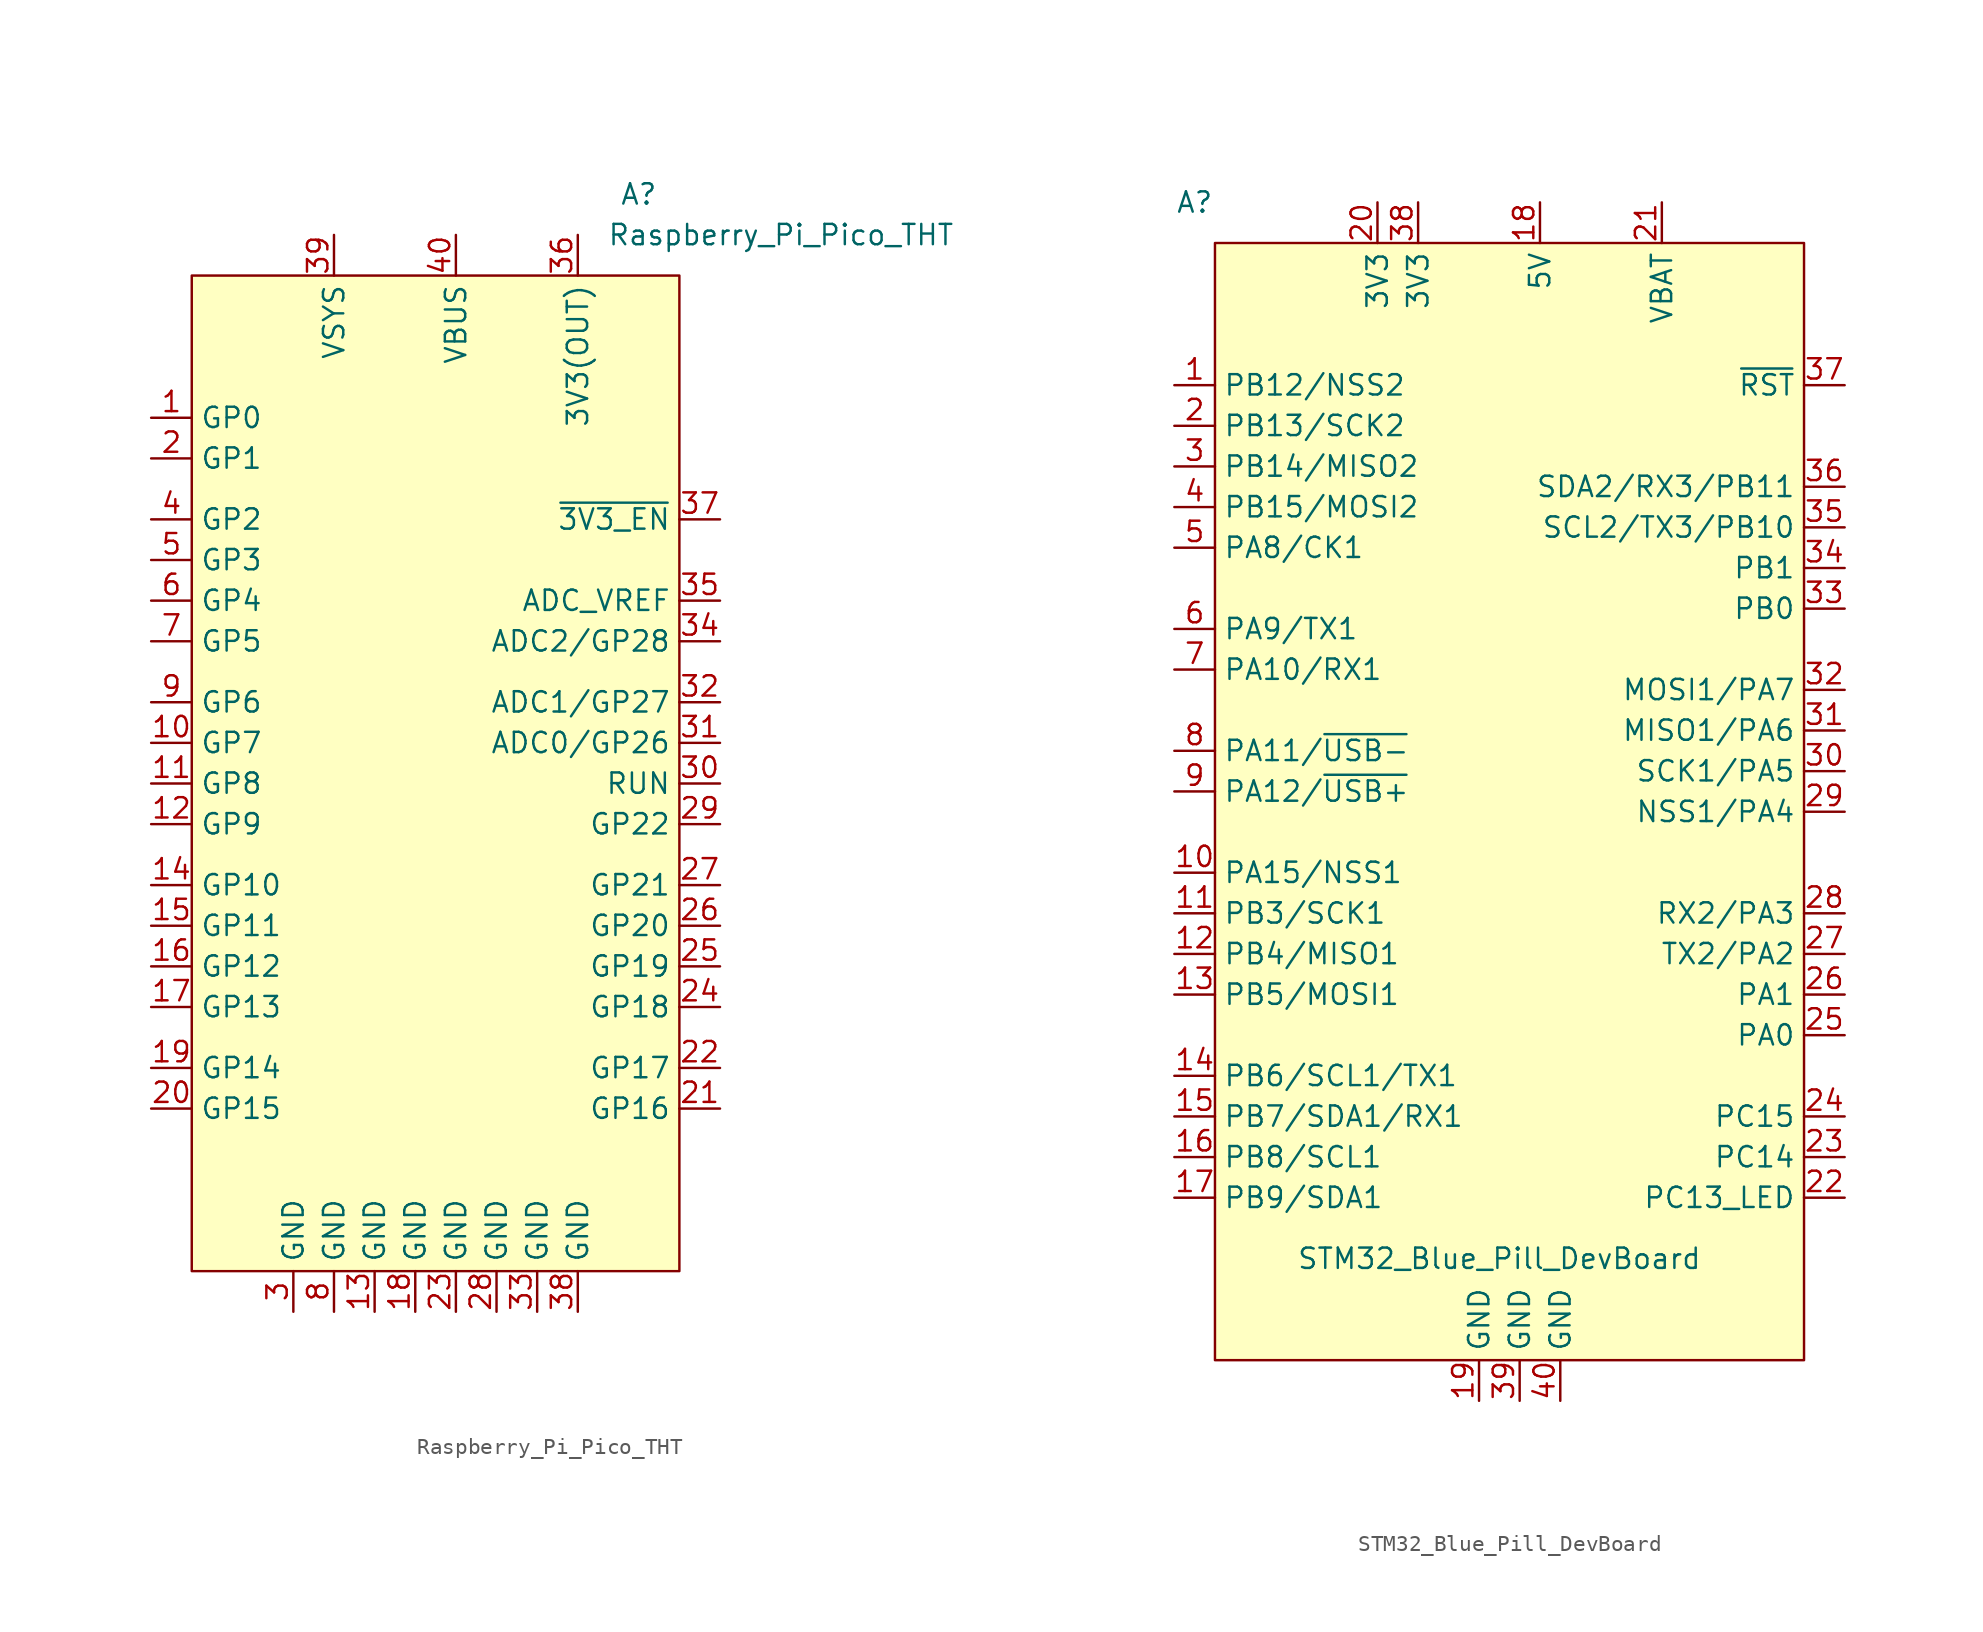
<source format=kicad_sym>
(kicad_symbol_lib
  (version 20231120)
  (generator "kicad_symbol_editor")
  (generator_version "8.0")
  (symbol "Raspberry_Pi_Pico_THT"
    (property "Reference" "A"
      (at 12.7 34.29 0)
      (effects (font (size 1.27 1.27))))
    (property "Value" "Raspberry_Pi_Pico_THT"
      (at 21.59 31.75 0)
      (effects (font (size 1.27 1.27))))
    (symbol "Raspberry_Pi_Pico_THT_0_1"
      (rectangle (start -15.24 29.21) (end 15.24 -33.02) (stroke (width 0) (type default)) (fill (type background))))
    (symbol "Raspberry_Pi_Pico_THT_1_1"
      (pin bidirectional line (at -17.78 20.32 0) (length 2.54) (name "GP0" (effects (font (size 1.27 1.27)))) (number "1" (effects (font (size 1.27 1.27)))))
      (pin bidirectional line (at -17.78 0 0) (length 2.54) (name "GP7" (effects (font (size 1.27 1.27)))) (number "10" (effects (font (size 1.27 1.27)))))
      (pin bidirectional line (at -17.78 -2.54 0) (length 2.54) (name "GP8" (effects (font (size 1.27 1.27)))) (number "11" (effects (font (size 1.27 1.27)))))
      (pin bidirectional line (at -17.78 -5.08 0) (length 2.54) (name "GP9" (effects (font (size 1.27 1.27)))) (number "12" (effects (font (size 1.27 1.27)))))
      (pin power_in line (at -3.81 -35.56 90) (length 2.54) (name "GND" (effects (font (size 1.27 1.27)))) (number "13" (effects (font (size 1.27 1.27)))))
      (pin bidirectional line (at -17.78 -8.89 0) (length 2.54) (name "GP10" (effects (font (size 1.27 1.27)))) (number "14" (effects (font (size 1.27 1.27)))))
      (pin bidirectional line (at -17.78 -11.43 0) (length 2.54) (name "GP11" (effects (font (size 1.27 1.27)))) (number "15" (effects (font (size 1.27 1.27)))))
      (pin bidirectional line (at -17.78 -13.97 0) (length 2.54) (name "GP12" (effects (font (size 1.27 1.27)))) (number "16" (effects (font (size 1.27 1.27)))))
      (pin bidirectional line (at -17.78 -16.51 0) (length 2.54) (name "GP13" (effects (font (size 1.27 1.27)))) (number "17" (effects (font (size 1.27 1.27)))))
      (pin power_in line (at -1.27 -35.56 90) (length 2.54) (name "GND" (effects (font (size 1.27 1.27)))) (number "18" (effects (font (size 1.27 1.27)))))
      (pin bidirectional line (at -17.78 -20.32 0) (length 2.54) (name "GP14" (effects (font (size 1.27 1.27)))) (number "19" (effects (font (size 1.27 1.27)))))
      (pin bidirectional line (at -17.78 17.78 0) (length 2.54) (name "GP1" (effects (font (size 1.27 1.27)))) (number "2" (effects (font (size 1.27 1.27)))))
      (pin bidirectional line (at -17.78 -22.86 0) (length 2.54) (name "GP15" (effects (font (size 1.27 1.27)))) (number "20" (effects (font (size 1.27 1.27)))))
      (pin bidirectional line (at 17.78 -22.86 180) (length 2.54) (name "GP16" (effects (font (size 1.27 1.27)))) (number "21" (effects (font (size 1.27 1.27)))))
      (pin bidirectional line (at 17.78 -20.32 180) (length 2.54) (name "GP17" (effects (font (size 1.27 1.27)))) (number "22" (effects (font (size 1.27 1.27)))))
      (pin power_in line (at 1.27 -35.56 90) (length 2.54) (name "GND" (effects (font (size 1.27 1.27)))) (number "23" (effects (font (size 1.27 1.27)))))
      (pin bidirectional line (at 17.78 -16.51 180) (length 2.54) (name "GP18" (effects (font (size 1.27 1.27)))) (number "24" (effects (font (size 1.27 1.27)))))
      (pin bidirectional line (at 17.78 -13.97 180) (length 2.54) (name "GP19" (effects (font (size 1.27 1.27)))) (number "25" (effects (font (size 1.27 1.27)))))
      (pin bidirectional line (at 17.78 -11.43 180) (length 2.54) (name "GP20" (effects (font (size 1.27 1.27)))) (number "26" (effects (font (size 1.27 1.27)))))
      (pin bidirectional line (at 17.78 -8.89 180) (length 2.54) (name "GP21" (effects (font (size 1.27 1.27)))) (number "27" (effects (font (size 1.27 1.27)))))
      (pin power_in line (at 3.81 -35.56 90) (length 2.54) (name "GND" (effects (font (size 1.27 1.27)))) (number "28" (effects (font (size 1.27 1.27)))))
      (pin bidirectional line (at 17.78 -5.08 180) (length 2.54) (name "GP22" (effects (font (size 1.27 1.27)))) (number "29" (effects (font (size 1.27 1.27)))))
      (pin power_in line (at -8.89 -35.56 90) (length 2.54) (name "GND" (effects (font (size 1.27 1.27)))) (number "3" (effects (font (size 1.27 1.27)))))
      (pin bidirectional line (at 17.78 -2.54 180) (length 2.54) (name "RUN" (effects (font (size 1.27 1.27)))) (number "30" (effects (font (size 1.27 1.27)))))
      (pin bidirectional line (at 17.78 0 180) (length 2.54) (name "ADC0/GP26" (effects (font (size 1.27 1.27)))) (number "31" (effects (font (size 1.27 1.27)))))
      (pin bidirectional line (at 17.78 2.54 180) (length 2.54) (name "ADC1/GP27" (effects (font (size 1.27 1.27)))) (number "32" (effects (font (size 1.27 1.27)))))
      (pin power_in line (at 6.35 -35.56 90) (length 2.54) (name "GND" (effects (font (size 1.27 1.27)))) (number "33" (effects (font (size 1.27 1.27)))))
      (pin bidirectional line (at 17.78 6.35 180) (length 2.54) (name "ADC2/GP28" (effects (font (size 1.27 1.27)))) (number "34" (effects (font (size 1.27 1.27)))))
      (pin bidirectional line (at 17.78 8.89 180) (length 2.54) (name "ADC_VREF" (effects (font (size 1.27 1.27)))) (number "35" (effects (font (size 1.27 1.27)))))
      (pin power_in line (at 8.89 31.75 270) (length 2.54) (name "3V3(OUT)" (effects (font (size 1.27 1.27)))) (number "36" (effects (font (size 1.27 1.27)))))
      (pin bidirectional line (at 17.78 13.97 180) (length 2.54) (name "~{3V3_EN}" (effects (font (size 1.27 1.27)))) (number "37" (effects (font (size 1.27 1.27)))))
      (pin power_in line (at 8.89 -35.56 90) (length 2.54) (name "GND" (effects (font (size 1.27 1.27)))) (number "38" (effects (font (size 1.27 1.27)))))
      (pin power_in line (at -6.35 31.75 270) (length 2.54) (name "VSYS" (effects (font (size 1.27 1.27)))) (number "39" (effects (font (size 1.27 1.27)))))
      (pin bidirectional line (at -17.78 13.97 0) (length 2.54) (name "GP2" (effects (font (size 1.27 1.27)))) (number "4" (effects (font (size 1.27 1.27)))))
      (pin power_in line (at 1.27 31.75 270) (length 2.54) (name "VBUS" (effects (font (size 1.27 1.27)))) (number "40" (effects (font (size 1.27 1.27)))))
      (pin bidirectional line (at -17.78 11.43 0) (length 2.54) (name "GP3" (effects (font (size 1.27 1.27)))) (number "5" (effects (font (size 1.27 1.27)))))
      (pin bidirectional line (at -17.78 8.89 0) (length 2.54) (name "GP4" (effects (font (size 1.27 1.27)))) (number "6" (effects (font (size 1.27 1.27)))))
      (pin bidirectional line (at -17.78 6.35 0) (length 2.54) (name "GP5" (effects (font (size 1.27 1.27)))) (number "7" (effects (font (size 1.27 1.27)))))
      (pin power_in line (at -6.35 -35.56 90) (length 2.54) (name "GND" (effects (font (size 1.27 1.27)))) (number "8" (effects (font (size 1.27 1.27)))))
      (pin bidirectional line (at -17.78 2.54 0) (length 2.54) (name "GP6" (effects (font (size 1.27 1.27)))) (number "9" (effects (font (size 1.27 1.27)))))))
  (symbol "STM32_Blue_Pill_DevBoard"
    (property "Reference" "A"
      (at -20.32 36.83 0)
      (effects (font (size 1.27 1.27))))
    (property "Value" "STM32_Blue_Pill_DevBoard"
      (at -1.27 -29.21 0)
      (effects (font (size 1.27 1.27))))
    (symbol "STM32_Blue_Pill_DevBoard_0_1"
      (rectangle (start -19.05 34.29) (end 17.78 -35.56) (stroke (width 0) (type default)) (fill (type background))))
    (symbol "STM32_Blue_Pill_DevBoard_1_1"
      (pin bidirectional line (at -21.59 25.4 0) (length 2.54) (name "PB12/NSS2" (effects (font (size 1.27 1.27)))) (number "1" (effects (font (size 1.27 1.27)))))
      (pin bidirectional line (at -21.59 -5.08 0) (length 2.54) (name "PA15/NSS1" (effects (font (size 1.27 1.27)))) (number "10" (effects (font (size 1.27 1.27)))))
      (pin bidirectional line (at -21.59 -7.62 0) (length 2.54) (name "PB3/SCK1" (effects (font (size 1.27 1.27)))) (number "11" (effects (font (size 1.27 1.27)))))
      (pin bidirectional line (at -21.59 -10.16 0) (length 2.54) (name "PB4/MISO1" (effects (font (size 1.27 1.27)))) (number "12" (effects (font (size 1.27 1.27)))))
      (pin bidirectional line (at -21.59 -12.7 0) (length 2.54) (name "PB5/MOSI1" (effects (font (size 1.27 1.27)))) (number "13" (effects (font (size 1.27 1.27)))))
      (pin bidirectional line (at -21.59 -17.78 0) (length 2.54) (name "PB6/SCL1/TX1" (effects (font (size 1.27 1.27)))) (number "14" (effects (font (size 1.27 1.27)))))
      (pin bidirectional line (at -21.59 -20.32 0) (length 2.54) (name "PB7/SDA1/RX1" (effects (font (size 1.27 1.27)))) (number "15" (effects (font (size 1.27 1.27)))))
      (pin bidirectional line (at -21.59 -22.86 0) (length 2.54) (name "PB8/SCL1" (effects (font (size 1.27 1.27)))) (number "16" (effects (font (size 1.27 1.27)))))
      (pin bidirectional line (at -21.59 -25.4 0) (length 2.54) (name "PB9/SDA1" (effects (font (size 1.27 1.27)))) (number "17" (effects (font (size 1.27 1.27)))))
      (pin power_in line (at 1.27 36.83 270) (length 2.54) (name "5V" (effects (font (size 1.27 1.27)))) (number "18" (effects (font (size 1.27 1.27)))))
      (pin power_in line (at -2.54 -38.1 90) (length 2.54) (name "GND" (effects (font (size 1.27 1.27)))) (number "19" (effects (font (size 1.27 1.27)))))
      (pin bidirectional line (at -21.59 22.86 0) (length 2.54) (name "PB13/SCK2" (effects (font (size 1.27 1.27)))) (number "2" (effects (font (size 1.27 1.27)))))
      (pin power_in line (at -8.89 36.83 270) (length 2.54) (name "3V3" (effects (font (size 1.27 1.27)))) (number "20" (effects (font (size 1.27 1.27)))))
      (pin power_in line (at 8.89 36.83 270) (length 2.54) (name "VBAT" (effects (font (size 1.27 1.27)))) (number "21" (effects (font (size 1.27 1.27)))))
      (pin bidirectional line (at 20.32 -25.4 180) (length 2.54) (name "PC13_LED" (effects (font (size 1.27 1.27)))) (number "22" (effects (font (size 1.27 1.27)))))
      (pin bidirectional line (at 20.32 -22.86 180) (length 2.54) (name "PC14" (effects (font (size 1.27 1.27)))) (number "23" (effects (font (size 1.27 1.27)))))
      (pin bidirectional line (at 20.32 -20.32 180) (length 2.54) (name "PC15" (effects (font (size 1.27 1.27)))) (number "24" (effects (font (size 1.27 1.27)))))
      (pin bidirectional line (at 20.32 -15.24 180) (length 2.54) (name "PA0" (effects (font (size 1.27 1.27)))) (number "25" (effects (font (size 1.27 1.27)))))
      (pin bidirectional line (at 20.32 -12.7 180) (length 2.54) (name "PA1" (effects (font (size 1.27 1.27)))) (number "26" (effects (font (size 1.27 1.27)))))
      (pin bidirectional line (at 20.32 -10.16 180) (length 2.54) (name "TX2/PA2" (effects (font (size 1.27 1.27)))) (number "27" (effects (font (size 1.27 1.27)))))
      (pin bidirectional line (at 20.32 -7.62 180) (length 2.54) (name "RX2/PA3" (effects (font (size 1.27 1.27)))) (number "28" (effects (font (size 1.27 1.27)))))
      (pin bidirectional line (at 20.32 -1.27 180) (length 2.54) (name "NSS1/PA4" (effects (font (size 1.27 1.27)))) (number "29" (effects (font (size 1.27 1.27)))))
      (pin bidirectional line (at -21.59 20.32 0) (length 2.54) (name "PB14/MISO2" (effects (font (size 1.27 1.27)))) (number "3" (effects (font (size 1.27 1.27)))))
      (pin bidirectional line (at 20.32 1.27 180) (length 2.54) (name "SCK1/PA5" (effects (font (size 1.27 1.27)))) (number "30" (effects (font (size 1.27 1.27)))))
      (pin bidirectional line (at 20.32 3.81 180) (length 2.54) (name "MISO1/PA6" (effects (font (size 1.27 1.27)))) (number "31" (effects (font (size 1.27 1.27)))))
      (pin bidirectional line (at 20.32 6.35 180) (length 2.54) (name "MOSI1/PA7" (effects (font (size 1.27 1.27)))) (number "32" (effects (font (size 1.27 1.27)))))
      (pin bidirectional line (at 20.32 11.43 180) (length 2.54) (name "PB0" (effects (font (size 1.27 1.27)))) (number "33" (effects (font (size 1.27 1.27)))))
      (pin bidirectional line (at 20.32 13.97 180) (length 2.54) (name "PB1" (effects (font (size 1.27 1.27)))) (number "34" (effects (font (size 1.27 1.27)))))
      (pin bidirectional line (at 20.32 16.51 180) (length 2.54) (name "SCL2/TX3/PB10" (effects (font (size 1.27 1.27)))) (number "35" (effects (font (size 1.27 1.27)))))
      (pin bidirectional line (at 20.32 19.05 180) (length 2.54) (name "SDA2/RX3/PB11" (effects (font (size 1.27 1.27)))) (number "36" (effects (font (size 1.27 1.27)))))
      (pin bidirectional line (at 20.32 25.4 180) (length 2.54) (name "~{RST}" (effects (font (size 1.27 1.27)))) (number "37" (effects (font (size 1.27 1.27)))))
      (pin power_in line (at -6.35 36.83 270) (length 2.54) (name "3V3" (effects (font (size 1.27 1.27)))) (number "38" (effects (font (size 1.27 1.27)))))
      (pin power_in line (at 0 -38.1 90) (length 2.54) (name "GND" (effects (font (size 1.27 1.27)))) (number "39" (effects (font (size 1.27 1.27)))))
      (pin bidirectional line (at -21.59 17.78 0) (length 2.54) (name "PB15/MOSI2" (effects (font (size 1.27 1.27)))) (number "4" (effects (font (size 1.27 1.27)))))
      (pin power_in line (at 2.54 -38.1 90) (length 2.54) (name "GND" (effects (font (size 1.27 1.27)))) (number "40" (effects (font (size 1.27 1.27)))))
      (pin bidirectional line (at -21.59 15.24 0) (length 2.54) (name "PA8/CK1" (effects (font (size 1.27 1.27)))) (number "5" (effects (font (size 1.27 1.27)))))
      (pin bidirectional line (at -21.59 10.16 0) (length 2.54) (name "PA9/TX1" (effects (font (size 1.27 1.27)))) (number "6" (effects (font (size 1.27 1.27)))))
      (pin bidirectional line (at -21.59 7.62 0) (length 2.54) (name "PA10/RX1" (effects (font (size 1.27 1.27)))) (number "7" (effects (font (size 1.27 1.27)))))
      (pin bidirectional line (at -21.59 2.54 0) (length 2.54) (name "PA11/~{USB-}" (effects (font (size 1.27 1.27)))) (number "8" (effects (font (size 1.27 1.27)))))
      (pin bidirectional line (at -21.59 0 0) (length 2.54) (name "PA12/~{USB+}" (effects (font (size 1.27 1.27)))) (number "9" (effects (font (size 1.27 1.27))))))))
</source>
